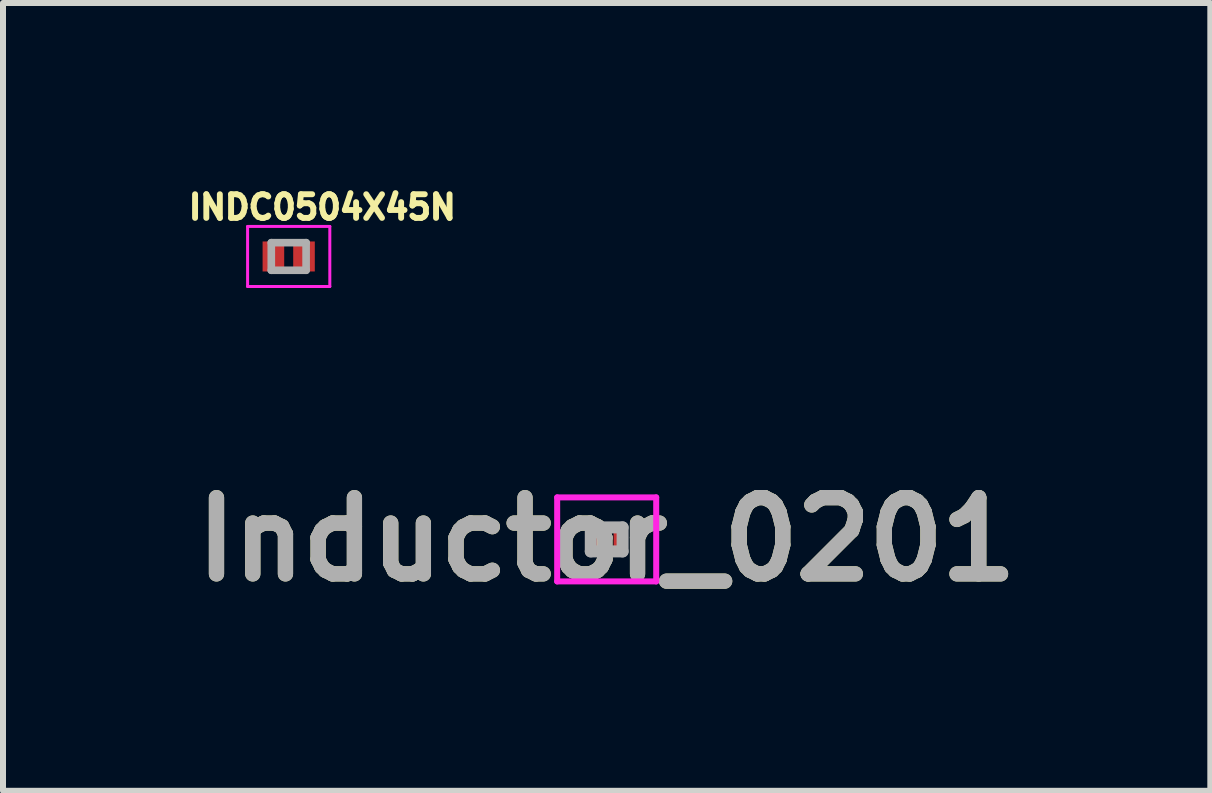
<source format=kicad_pcb>
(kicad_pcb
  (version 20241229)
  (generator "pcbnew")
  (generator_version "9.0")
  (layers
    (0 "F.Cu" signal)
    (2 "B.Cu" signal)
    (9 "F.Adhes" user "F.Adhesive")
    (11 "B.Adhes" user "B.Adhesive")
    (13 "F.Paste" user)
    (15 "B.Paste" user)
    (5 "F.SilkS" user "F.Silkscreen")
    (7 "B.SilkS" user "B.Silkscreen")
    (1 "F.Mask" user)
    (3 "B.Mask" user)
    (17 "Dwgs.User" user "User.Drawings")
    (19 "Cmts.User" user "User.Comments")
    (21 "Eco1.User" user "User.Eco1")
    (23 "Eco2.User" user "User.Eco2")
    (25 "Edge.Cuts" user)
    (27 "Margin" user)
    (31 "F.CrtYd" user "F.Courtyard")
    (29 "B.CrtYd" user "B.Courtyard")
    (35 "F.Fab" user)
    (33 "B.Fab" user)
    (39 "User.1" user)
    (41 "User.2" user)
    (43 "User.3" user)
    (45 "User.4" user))
  (footprint "INDC0504X45N"
    (layer "F.Cu")
    (at 1.76 1.223)
    (property "Reference" "INDC0504X45N" (at 0.56 -0.82 0) (layer "F.SilkS") (effects (font (size 0.394 0.394) (thickness 0.15))))
    (attr smd)
    (fp_line (start -0.685 -0.5) (end 0.685 -0.5) (stroke (width 0.05) (type solid)) (layer "F.CrtYd"))
    (fp_line (start -0.685 0.5) (end -0.685 -0.5) (stroke (width 0.05) (type solid)) (layer "F.CrtYd"))
    (fp_line (start -0.685 0.5) (end 0.685 0.5) (stroke (width 0.05) (type solid)) (layer "F.CrtYd"))
    (fp_line (start 0.685 0.5) (end 0.685 -0.5) (stroke (width 0.05) (type solid)) (layer "F.CrtYd"))
    (fp_line (start -0.29 0.23) (end -0.29 -0.23) (stroke (width 0.127) (type solid)) (layer "F.Fab"))
    (fp_line (start 0.29 -0.23) (end -0.29 -0.23) (stroke (width 0.127) (type solid)) (layer "F.Fab"))
    (fp_line (start 0.29 0.23) (end -0.29 0.23) (stroke (width 0.127) (type solid)) (layer "F.Fab"))
    (fp_line (start 0.29 0.23) (end 0.29 -0.23) (stroke (width 0.127) (type solid)) (layer "F.Fab"))
    (pad "1" smd rect (at -0.255 0) (size 0.36 0.5) (layers "F.Cu" "F.Mask" "F.Paste"))
    (pad "2" smd rect (at 0.255 0) (size 0.36 0.5) (layers "F.Cu" "F.Mask" "F.Paste")))
  (footprint "Inductor_0201"
    (layer "F.Cu")
    (at 7.058 5.937)
    (property "Reference" "Inductor_0201" (at 0 0 0) (layer "F.SilkS") (effects (font (size 1.27 1.27) (thickness 0.254))))
    (attr smd)
    (fp_line (start -0.825 -0.7) (end 0.825 -0.7) (stroke (width 0.1) (type solid)) (layer "F.CrtYd"))
    (fp_line (start -0.825 0.7) (end -0.825 -0.7) (stroke (width 0.1) (type solid)) (layer "F.CrtYd"))
    (fp_line (start 0.825 -0.7) (end 0.825 0.7) (stroke (width 0.1) (type solid)) (layer "F.CrtYd"))
    (fp_line (start 0.825 0.7) (end -0.825 0.7) (stroke (width 0.1) (type solid)) (layer "F.CrtYd"))
    (fp_line (start -0.265 -0.2) (end 0.265 -0.2) (stroke (width 0.2) (type solid)) (layer "F.Fab"))
    (fp_line (start -0.265 0.2) (end -0.265 -0.2) (stroke (width 0.2) (type solid)) (layer "F.Fab"))
    (fp_line (start 0.265 -0.2) (end 0.265 0.2) (stroke (width 0.2) (type solid)) (layer "F.Fab"))
    (fp_line (start 0.265 0.2) (end -0.265 0.2) (stroke (width 0.2) (type solid)) (layer "F.Fab"))
    (fp_text user "${REFERENCE}" (at 0 0 0) (layer "F.Fab") (effects (font (size 1.27 1.27) (thickness 0.254))))
    (pad "1" smd rect (at -0.22 0) (size 0.21 0.4) (layers "F.Cu" "F.Mask" "F.Paste"))
    (pad "2" smd rect (at 0.22 0) (size 0.21 0.4) (layers "F.Cu" "F.Mask" "F.Paste")))
  (gr_rect
    (start -3 -3)
    (end 17.115 10.125)
    (stroke (width 0.1) (type default))
    (fill no)
    (layer "Edge.Cuts")))
</source>
